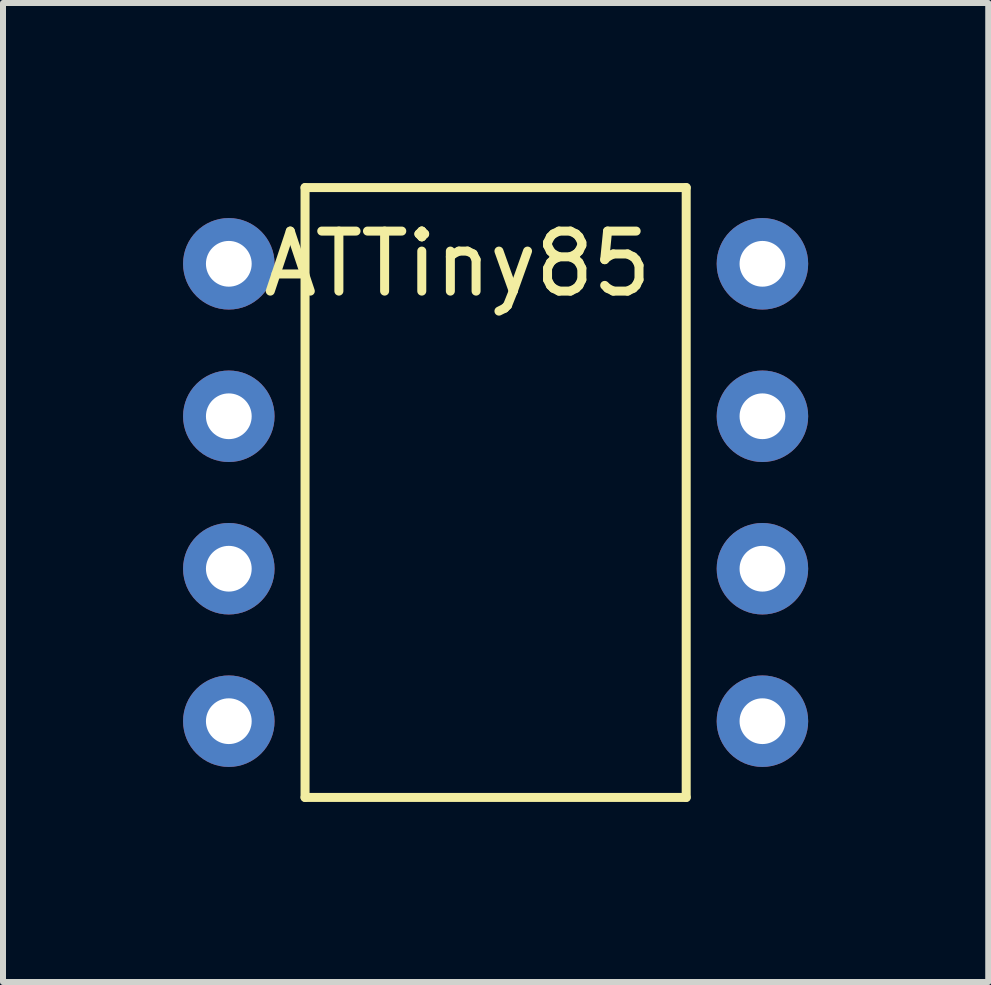
<source format=kicad_pcb>
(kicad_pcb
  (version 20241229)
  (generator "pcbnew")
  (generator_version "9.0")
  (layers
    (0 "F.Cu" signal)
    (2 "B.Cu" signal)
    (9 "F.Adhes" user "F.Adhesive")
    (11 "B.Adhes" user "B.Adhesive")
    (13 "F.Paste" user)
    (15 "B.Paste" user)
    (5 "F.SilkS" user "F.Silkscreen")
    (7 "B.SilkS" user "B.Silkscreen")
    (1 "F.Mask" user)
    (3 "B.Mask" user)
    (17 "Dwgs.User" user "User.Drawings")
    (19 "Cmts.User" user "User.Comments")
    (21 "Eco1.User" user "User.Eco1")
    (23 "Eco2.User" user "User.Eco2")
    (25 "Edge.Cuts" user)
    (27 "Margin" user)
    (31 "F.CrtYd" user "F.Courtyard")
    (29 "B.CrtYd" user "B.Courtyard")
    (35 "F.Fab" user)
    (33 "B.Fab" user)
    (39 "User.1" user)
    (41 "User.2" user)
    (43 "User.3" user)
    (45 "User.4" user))
  (footprint "ATTiny85"
    (layer "F.Cu")
    (at 4.572 5.155)
    (property "Reference" "ATTiny85" (at 0 -3.81 0) (layer "F.SilkS") (effects (font (size 1 1) (thickness 0.15))))
    (attr through_hole)
    (fp_line (start -2.54 -5.08) (end 3.81 -5.08) (stroke (width 0.15) (type solid)) (layer "F.SilkS"))
    (fp_line (start -2.54 5.08) (end -2.54 -5.08) (stroke (width 0.15) (type solid)) (layer "F.SilkS"))
    (fp_line (start 3.81 -5.08) (end 3.81 5.08) (stroke (width 0.15) (type solid)) (layer "F.SilkS"))
    (fp_line (start 3.81 5.08) (end -2.54 5.08) (stroke (width 0.15) (type solid)) (layer "F.SilkS"))
    (pad "1" thru_hole circle (at -3.81 -3.81) (size 1.524 1.524) (drill 0.762) (layers "*.Cu" "*.Mask"))
    (pad "2" thru_hole circle (at -3.81 -1.27) (size 1.524 1.524) (drill 0.762) (layers "*.Cu" "*.Mask"))
    (pad "3" thru_hole circle (at -3.81 1.27) (size 1.524 1.524) (drill 0.762) (layers "*.Cu" "*.Mask"))
    (pad "4" thru_hole circle (at -3.81 3.81) (size 1.524 1.524) (drill 0.762) (layers "*.Cu" "*.Mask"))
    (pad "5" thru_hole circle (at 5.08 3.81) (size 1.524 1.524) (drill 0.762) (layers "*.Cu" "*.Mask"))
    (pad "6" thru_hole circle (at 5.08 1.27) (size 1.524 1.524) (drill 0.762) (layers "*.Cu" "*.Mask"))
    (pad "7" thru_hole circle (at 5.08 -1.27) (size 1.524 1.524) (drill 0.762) (layers "*.Cu" "*.Mask"))
    (pad "8" thru_hole circle (at 5.08 -3.81) (size 1.524 1.524) (drill 0.762) (layers "*.Cu" "*.Mask")))
  (gr_rect
    (start -3 -3)
    (end 13.414 13.31)
    (stroke (width 0.1) (type default))
    (fill no)
    (layer "Edge.Cuts")))
</source>
